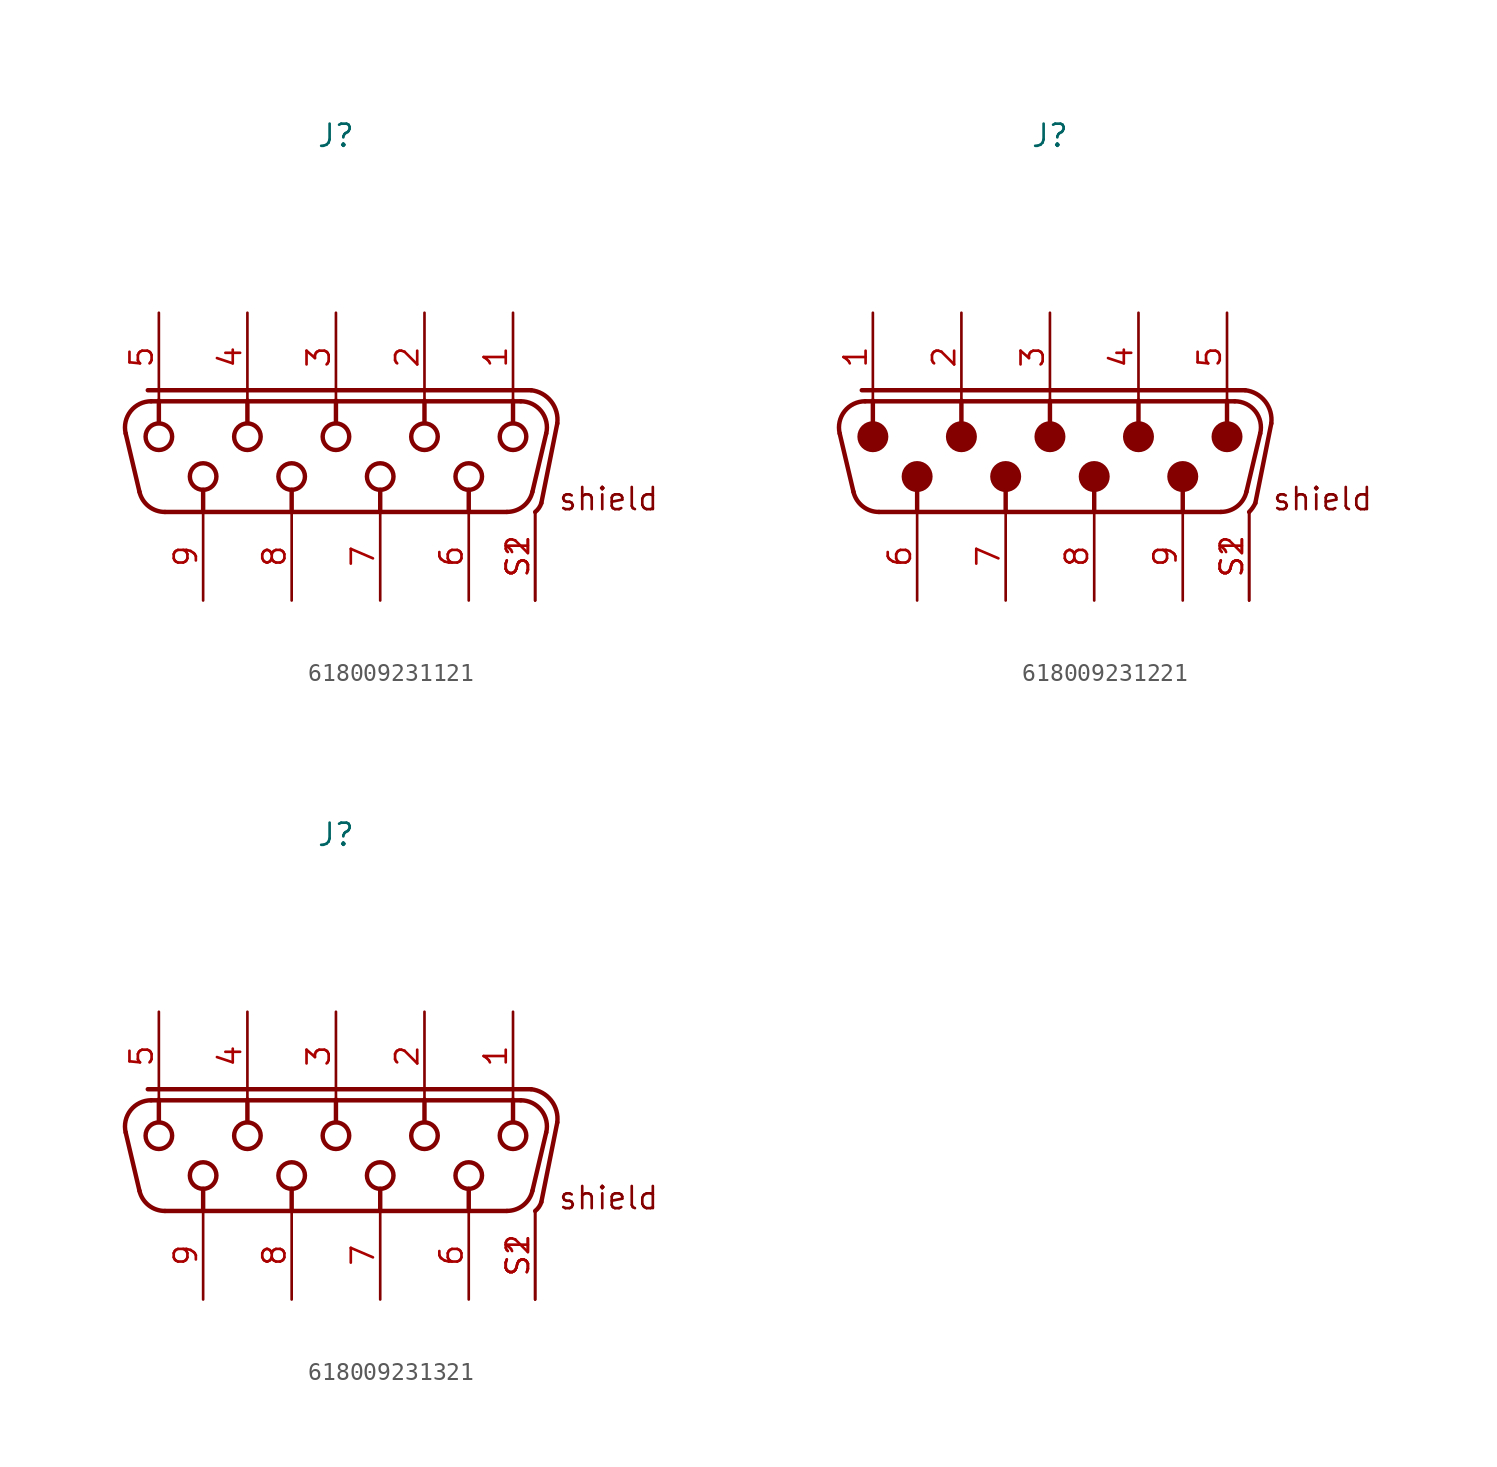
<source format=kicad_sym>
(kicad_symbol_lib
  (version 20241209)
  (generator "kicad_symbol_editor")
  (generator_version "9.0")
  (symbol "618009231121"
    (pin_names
      (hide yes))
    (property "Reference" "J"
      (at 0 17.78 0)
      (effects (font (size 1.27 1.27))))
    (symbol "618009231121_1_0"
      (polyline (pts (xy -11.273 -2.655) (xy -12.064 0.695)) (stroke (width 0.254) (type solid)) (fill (type none)))
      (polyline (pts (xy -10.795 3.175) (xy 11.2 3.175)) (stroke (width 0.254) (type solid)) (fill (type none)))
      (polyline (pts (xy -10.604 2.54) (xy 10.604 2.54)) (stroke (width 0.254) (type solid)) (fill (type none)))
      (arc (start -12.0642 0.695) (mid -11.7807 1.9707) (end -10.6043 2.54) (stroke (width 0.254) (type solid)) (fill (type none)))
      (polyline (pts (xy -10.16 2.58) (xy -10.16 1.3)) (stroke (width 0.254) (type solid)) (fill (type none)))
      (circle (center -10.16 0.508) (radius 0.762) (stroke (width 0.254) (type solid)) (fill (type none)))
      (arc (start -9.813 -3.81) (mid -10.7438 -3.4862) (end -11.2728 -2.6547) (stroke (width 0.254) (type solid)) (fill (type none)))
      (circle (center -7.62 -1.778) (radius 0.762) (stroke (width 0.254) (type solid)) (fill (type none)))
      (polyline (pts (xy -7.62 -2.54) (xy -7.62 -3.82)) (stroke (width 0.254) (type solid)) (fill (type none)))
      (polyline (pts (xy -5.08 2.58) (xy -5.08 1.3)) (stroke (width 0.254) (type solid)) (fill (type none)))
      (circle (center -5.08 0.508) (radius 0.762) (stroke (width 0.254) (type solid)) (fill (type none)))
      (circle (center -2.54 -1.778) (radius 0.762) (stroke (width 0.254) (type solid)) (fill (type none)))
      (polyline (pts (xy -2.54 -2.54) (xy -2.54 -3.82)) (stroke (width 0.254) (type solid)) (fill (type none)))
      (polyline (pts (xy 0 2.58) (xy 0 1.3)) (stroke (width 0.254) (type solid)) (fill (type none)))
      (circle (center 0 0.508) (radius 0.762) (stroke (width 0.254) (type solid)) (fill (type none)))
      (circle (center 2.54 -1.778) (radius 0.762) (stroke (width 0.254) (type solid)) (fill (type none)))
      (polyline (pts (xy 2.54 -2.54) (xy 2.54 -3.82)) (stroke (width 0.254) (type solid)) (fill (type none)))
      (polyline (pts (xy 5.08 2.58) (xy 5.08 1.3)) (stroke (width 0.254) (type solid)) (fill (type none)))
      (circle (center 5.08 0.508) (radius 0.762) (stroke (width 0.254) (type solid)) (fill (type none)))
      (circle (center 7.62 -1.778) (radius 0.762) (stroke (width 0.254) (type solid)) (fill (type none)))
      (polyline (pts (xy 7.62 -2.54) (xy 7.62 -3.82)) (stroke (width 0.254) (type solid)) (fill (type none)))
      (arc (start 11.2728 -2.6548) (mid 10.7437 -3.4863) (end 9.8129 -3.81) (stroke (width 0.254) (type solid)) (fill (type none)))
      (polyline (pts (xy 9.813 -3.81) (xy -9.813 -3.81)) (stroke (width 0.254) (type solid)) (fill (type none)))
      (polyline (pts (xy 10.16 2.58) (xy 10.16 1.3)) (stroke (width 0.254) (type solid)) (fill (type none)))
      (circle (center 10.16 0.508) (radius 0.762) (stroke (width 0.254) (type solid)) (fill (type none)))
      (arc (start 10.6043 2.54) (mid 11.7807 1.9707) (end 12.0642 0.695) (stroke (width 0.254) (type solid)) (fill (type none)))
      (arc (start 11.7839 -3.3037) (mid 11.6448 -3.5833) (end 11.43 -3.81) (stroke (width 0.254) (type solid)) (fill (type none)))
      (arc (start 11.2 3.175) (mid 12.3464 2.5346) (end 12.7 1.27) (stroke (width 0.254) (type solid)) (fill (type none)))
      (polyline (pts (xy 11.784 -3.304) (xy 12.7 1.27)) (stroke (width 0.254) (type solid)) (fill (type none)))
      (polyline (pts (xy 12.064 0.695) (xy 11.273 -2.655)) (stroke (width 0.254) (type solid)) (fill (type none)))
      (pin passive line (at -10.16 7.62 270) (length 5.08) (name "5" (effects (font (size 1.27 1.27)))) (number "5" (effects (font (size 1.27 1.27)))))
      (pin passive line (at -7.62 -8.89 90) (length 5.08) (name "9" (effects (font (size 1.27 1.27)))) (number "9" (effects (font (size 1.27 1.27)))))
      (pin passive line (at -5.08 7.62 270) (length 5.08) (name "4" (effects (font (size 1.27 1.27)))) (number "4" (effects (font (size 1.27 1.27)))))
      (pin passive line (at -2.54 -8.89 90) (length 5.08) (name "8" (effects (font (size 1.27 1.27)))) (number "8" (effects (font (size 1.27 1.27)))))
      (pin passive line (at 0 7.62 270) (length 5.08) (name "3" (effects (font (size 1.27 1.27)))) (number "3" (effects (font (size 1.27 1.27)))))
      (pin passive line (at 2.54 -8.89 90) (length 5.08) (name "7" (effects (font (size 1.27 1.27)))) (number "7" (effects (font (size 1.27 1.27)))))
      (pin passive line (at 5.08 7.62 270) (length 5.08) (name "2" (effects (font (size 1.27 1.27)))) (number "2" (effects (font (size 1.27 1.27)))))
      (pin passive line (at 7.62 -8.89 90) (length 5.08) (name "6" (effects (font (size 1.27 1.27)))) (number "6" (effects (font (size 1.27 1.27)))))
      (pin passive line (at 10.16 7.62 270) (length 5.08) (name "1" (effects (font (size 1.27 1.27)))) (number "1" (effects (font (size 1.27 1.27)))))
      (pin passive line (at 11.43 -8.89 90) (length 5.08) (name "SHIELD" (effects (font (size 1.27 1.27)))) (number "S1" (effects (font (size 1.27 1.27)))))
      (pin passive line (at 11.43 -8.89 90) (length 5.08) (name "SHIELD" (effects (font (size 1.27 1.27)))) (number "S2" (effects (font (size 1.27 1.27))))))
    (symbol "618009231121_1_1"
      (text "shield" (at 12.7 -3.81 0) (effects (font (size 1.27 1.27)) (justify left bottom)))))
  (symbol "618009231221"
    (pin_names
      (hide yes))
    (property "Reference" "J"
      (at 0 17.78 0)
      (effects (font (size 1.27 1.27))))
    (symbol "618009231221_1_0"
      (polyline (pts (xy -11.273 -2.655) (xy -12.064 0.695)) (stroke (width 0.254) (type solid)) (fill (type none)))
      (polyline (pts (xy -10.795 3.175) (xy 11.2 3.175)) (stroke (width 0.254) (type solid)) (fill (type none)))
      (polyline (pts (xy -10.604 2.54) (xy 10.604 2.54)) (stroke (width 0.254) (type solid)) (fill (type none)))
      (arc (start -12.0642 0.695) (mid -11.7807 1.9707) (end -10.6043 2.54) (stroke (width 0.254) (type solid)) (fill (type none)))
      (polyline (pts (xy -10.16 2.58) (xy -10.16 0.4)) (stroke (width 0.254) (type solid)) (fill (type none)))
      (circle (center -10.16 0.508) (radius 0.762) (stroke (width 0.254) (type solid)) (fill (type outline)))
      (arc (start -9.813 -3.81) (mid -10.7438 -3.4862) (end -11.2728 -2.6547) (stroke (width 0.254) (type solid)) (fill (type none)))
      (circle (center -7.62 -1.778) (radius 0.762) (stroke (width 0.254) (type solid)) (fill (type outline)))
      (polyline (pts (xy -7.62 -3.81) (xy -7.62 -1.63)) (stroke (width 0.254) (type solid)) (fill (type none)))
      (polyline (pts (xy -5.08 2.58) (xy -5.08 0.4)) (stroke (width 0.254) (type solid)) (fill (type none)))
      (circle (center -5.08 0.508) (radius 0.762) (stroke (width 0.254) (type solid)) (fill (type outline)))
      (circle (center -2.54 -1.778) (radius 0.762) (stroke (width 0.254) (type solid)) (fill (type outline)))
      (polyline (pts (xy -2.54 -3.81) (xy -2.54 -1.63)) (stroke (width 0.254) (type solid)) (fill (type none)))
      (polyline (pts (xy 0 2.58) (xy 0 0.4)) (stroke (width 0.254) (type solid)) (fill (type none)))
      (circle (center 0 0.508) (radius 0.762) (stroke (width 0.254) (type solid)) (fill (type outline)))
      (circle (center 2.54 -1.778) (radius 0.762) (stroke (width 0.254) (type solid)) (fill (type outline)))
      (polyline (pts (xy 2.54 -3.81) (xy 2.54 -1.63)) (stroke (width 0.254) (type solid)) (fill (type none)))
      (polyline (pts (xy 5.08 2.58) (xy 5.08 0.4)) (stroke (width 0.254) (type solid)) (fill (type none)))
      (circle (center 5.08 0.508) (radius 0.762) (stroke (width 0.254) (type solid)) (fill (type outline)))
      (circle (center 7.62 -1.778) (radius 0.762) (stroke (width 0.254) (type solid)) (fill (type outline)))
      (polyline (pts (xy 7.62 -3.81) (xy 7.62 -1.63)) (stroke (width 0.254) (type solid)) (fill (type none)))
      (arc (start 11.2728 -2.6548) (mid 10.7437 -3.4863) (end 9.8129 -3.81) (stroke (width 0.254) (type solid)) (fill (type none)))
      (polyline (pts (xy 9.813 -3.81) (xy -9.813 -3.81)) (stroke (width 0.254) (type solid)) (fill (type none)))
      (polyline (pts (xy 10.16 2.58) (xy 10.16 0.4)) (stroke (width 0.254) (type solid)) (fill (type none)))
      (circle (center 10.16 0.508) (radius 0.762) (stroke (width 0.254) (type solid)) (fill (type outline)))
      (arc (start 11.7839 -3.3037) (mid 11.6289 -3.5722) (end 11.43 -3.81) (stroke (width 0.254) (type solid)) (fill (type none)))
      (arc (start 10.6043 2.54) (mid 11.7807 1.9707) (end 12.0642 0.695) (stroke (width 0.254) (type solid)) (fill (type none)))
      (arc (start 11.2 3.175) (mid 12.3464 2.5346) (end 12.7 1.27) (stroke (width 0.254) (type solid)) (fill (type none)))
      (polyline (pts (xy 11.784 -3.304) (xy 12.7 1.27)) (stroke (width 0.254) (type solid)) (fill (type none)))
      (polyline (pts (xy 12.064 0.695) (xy 11.273 -2.655)) (stroke (width 0.254) (type solid)) (fill (type none)))
      (pin passive line (at -10.16 7.62 270) (length 5.08) (name "1" (effects (font (size 1.27 1.27)))) (number "1" (effects (font (size 1.27 1.27)))))
      (pin passive line (at -7.62 -8.89 90) (length 5.08) (name "6" (effects (font (size 1.27 1.27)))) (number "6" (effects (font (size 1.27 1.27)))))
      (pin passive line (at -5.08 7.62 270) (length 5.08) (name "2" (effects (font (size 1.27 1.27)))) (number "2" (effects (font (size 1.27 1.27)))))
      (pin passive line (at -2.54 -8.89 90) (length 5.08) (name "7" (effects (font (size 1.27 1.27)))) (number "7" (effects (font (size 1.27 1.27)))))
      (pin passive line (at 0 7.62 270) (length 5.08) (name "3" (effects (font (size 1.27 1.27)))) (number "3" (effects (font (size 1.27 1.27)))))
      (pin passive line (at 2.54 -8.89 90) (length 5.08) (name "8" (effects (font (size 1.27 1.27)))) (number "8" (effects (font (size 1.27 1.27)))))
      (pin passive line (at 5.08 7.62 270) (length 5.08) (name "4" (effects (font (size 1.27 1.27)))) (number "4" (effects (font (size 1.27 1.27)))))
      (pin passive line (at 7.62 -8.89 90) (length 5.08) (name "9" (effects (font (size 1.27 1.27)))) (number "9" (effects (font (size 1.27 1.27)))))
      (pin passive line (at 10.16 7.62 270) (length 5.08) (name "5" (effects (font (size 1.27 1.27)))) (number "5" (effects (font (size 1.27 1.27)))))
      (pin passive line (at 11.43 -8.89 90) (length 5.08) (name "SHIELD" (effects (font (size 1.27 1.27)))) (number "S1" (effects (font (size 1.27 1.27)))))
      (pin passive line (at 11.43 -8.89 90) (length 5.08) (name "SHIELD" (effects (font (size 1.27 1.27)))) (number "S2" (effects (font (size 1.27 1.27))))))
    (symbol "618009231221_1_1"
      (text "shield" (at 12.7 -3.81 0) (effects (font (size 1.27 1.27)) (justify left bottom)))))
  (symbol "618009231321"
    (pin_names
      (hide yes))
    (property "Reference" "J"
      (at 0 17.78 0)
      (effects (font (size 1.27 1.27))))
    (symbol "618009231321_1_0"
      (polyline (pts (xy -11.273 -2.655) (xy -12.064 0.695)) (stroke (width 0.254) (type solid)) (fill (type none)))
      (polyline (pts (xy -10.795 3.175) (xy 11.2 3.175)) (stroke (width 0.254) (type solid)) (fill (type none)))
      (polyline (pts (xy -10.604 2.54) (xy 10.604 2.54)) (stroke (width 0.254) (type solid)) (fill (type none)))
      (arc (start -12.0642 0.695) (mid -11.7807 1.9707) (end -10.6043 2.54) (stroke (width 0.254) (type solid)) (fill (type none)))
      (polyline (pts (xy -10.16 2.58) (xy -10.16 1.3)) (stroke (width 0.254) (type solid)) (fill (type none)))
      (circle (center -10.16 0.508) (radius 0.762) (stroke (width 0.254) (type solid)) (fill (type none)))
      (arc (start -9.813 -3.81) (mid -10.7438 -3.4862) (end -11.2728 -2.6547) (stroke (width 0.254) (type solid)) (fill (type none)))
      (circle (center -7.62 -1.778) (radius 0.762) (stroke (width 0.254) (type solid)) (fill (type none)))
      (polyline (pts (xy -7.62 -2.54) (xy -7.62 -3.82)) (stroke (width 0.254) (type solid)) (fill (type none)))
      (polyline (pts (xy -5.08 2.58) (xy -5.08 1.3)) (stroke (width 0.254) (type solid)) (fill (type none)))
      (circle (center -5.08 0.508) (radius 0.762) (stroke (width 0.254) (type solid)) (fill (type none)))
      (circle (center -2.54 -1.778) (radius 0.762) (stroke (width 0.254) (type solid)) (fill (type none)))
      (polyline (pts (xy -2.54 -2.54) (xy -2.54 -3.82)) (stroke (width 0.254) (type solid)) (fill (type none)))
      (polyline (pts (xy 0 2.58) (xy 0 1.3)) (stroke (width 0.254) (type solid)) (fill (type none)))
      (circle (center 0 0.508) (radius 0.762) (stroke (width 0.254) (type solid)) (fill (type none)))
      (circle (center 2.54 -1.778) (radius 0.762) (stroke (width 0.254) (type solid)) (fill (type none)))
      (polyline (pts (xy 2.54 -2.54) (xy 2.54 -3.82)) (stroke (width 0.254) (type solid)) (fill (type none)))
      (polyline (pts (xy 5.08 2.58) (xy 5.08 1.3)) (stroke (width 0.254) (type solid)) (fill (type none)))
      (circle (center 5.08 0.508) (radius 0.762) (stroke (width 0.254) (type solid)) (fill (type none)))
      (circle (center 7.62 -1.778) (radius 0.762) (stroke (width 0.254) (type solid)) (fill (type none)))
      (polyline (pts (xy 7.62 -2.54) (xy 7.62 -3.82)) (stroke (width 0.254) (type solid)) (fill (type none)))
      (arc (start 11.2728 -2.6548) (mid 10.7437 -3.4863) (end 9.8129 -3.81) (stroke (width 0.254) (type solid)) (fill (type none)))
      (polyline (pts (xy 9.813 -3.81) (xy -9.813 -3.81)) (stroke (width 0.254) (type solid)) (fill (type none)))
      (polyline (pts (xy 10.16 2.58) (xy 10.16 1.3)) (stroke (width 0.254) (type solid)) (fill (type none)))
      (circle (center 10.16 0.508) (radius 0.762) (stroke (width 0.254) (type solid)) (fill (type none)))
      (arc (start 10.6043 2.54) (mid 11.7807 1.9707) (end 12.0642 0.695) (stroke (width 0.254) (type solid)) (fill (type none)))
      (arc (start 11.7839 -3.3037) (mid 11.6448 -3.5833) (end 11.43 -3.81) (stroke (width 0.254) (type solid)) (fill (type none)))
      (arc (start 11.2 3.175) (mid 12.3464 2.5346) (end 12.7 1.27) (stroke (width 0.254) (type solid)) (fill (type none)))
      (polyline (pts (xy 11.784 -3.304) (xy 12.7 1.27)) (stroke (width 0.254) (type solid)) (fill (type none)))
      (polyline (pts (xy 12.064 0.695) (xy 11.273 -2.655)) (stroke (width 0.254) (type solid)) (fill (type none)))
      (pin passive line (at -10.16 7.62 270) (length 5.08) (name "5" (effects (font (size 1.27 1.27)))) (number "5" (effects (font (size 1.27 1.27)))))
      (pin passive line (at -7.62 -8.89 90) (length 5.08) (name "9" (effects (font (size 1.27 1.27)))) (number "9" (effects (font (size 1.27 1.27)))))
      (pin passive line (at -5.08 7.62 270) (length 5.08) (name "4" (effects (font (size 1.27 1.27)))) (number "4" (effects (font (size 1.27 1.27)))))
      (pin passive line (at -2.54 -8.89 90) (length 5.08) (name "8" (effects (font (size 1.27 1.27)))) (number "8" (effects (font (size 1.27 1.27)))))
      (pin passive line (at 0 7.62 270) (length 5.08) (name "3" (effects (font (size 1.27 1.27)))) (number "3" (effects (font (size 1.27 1.27)))))
      (pin passive line (at 2.54 -8.89 90) (length 5.08) (name "7" (effects (font (size 1.27 1.27)))) (number "7" (effects (font (size 1.27 1.27)))))
      (pin passive line (at 5.08 7.62 270) (length 5.08) (name "2" (effects (font (size 1.27 1.27)))) (number "2" (effects (font (size 1.27 1.27)))))
      (pin passive line (at 7.62 -8.89 90) (length 5.08) (name "6" (effects (font (size 1.27 1.27)))) (number "6" (effects (font (size 1.27 1.27)))))
      (pin passive line (at 10.16 7.62 270) (length 5.08) (name "1" (effects (font (size 1.27 1.27)))) (number "1" (effects (font (size 1.27 1.27)))))
      (pin passive line (at 11.43 -8.89 90) (length 5.08) (name "SHIELD" (effects (font (size 1.27 1.27)))) (number "S1" (effects (font (size 1.27 1.27)))))
      (pin passive line (at 11.43 -8.89 90) (length 5.08) (name "SHIELD" (effects (font (size 1.27 1.27)))) (number "S2" (effects (font (size 1.27 1.27))))))
    (symbol "618009231321_1_1"
      (text "shield" (at 12.7 -3.81 0) (effects (font (size 1.27 1.27)) (justify left bottom))))))
</source>
